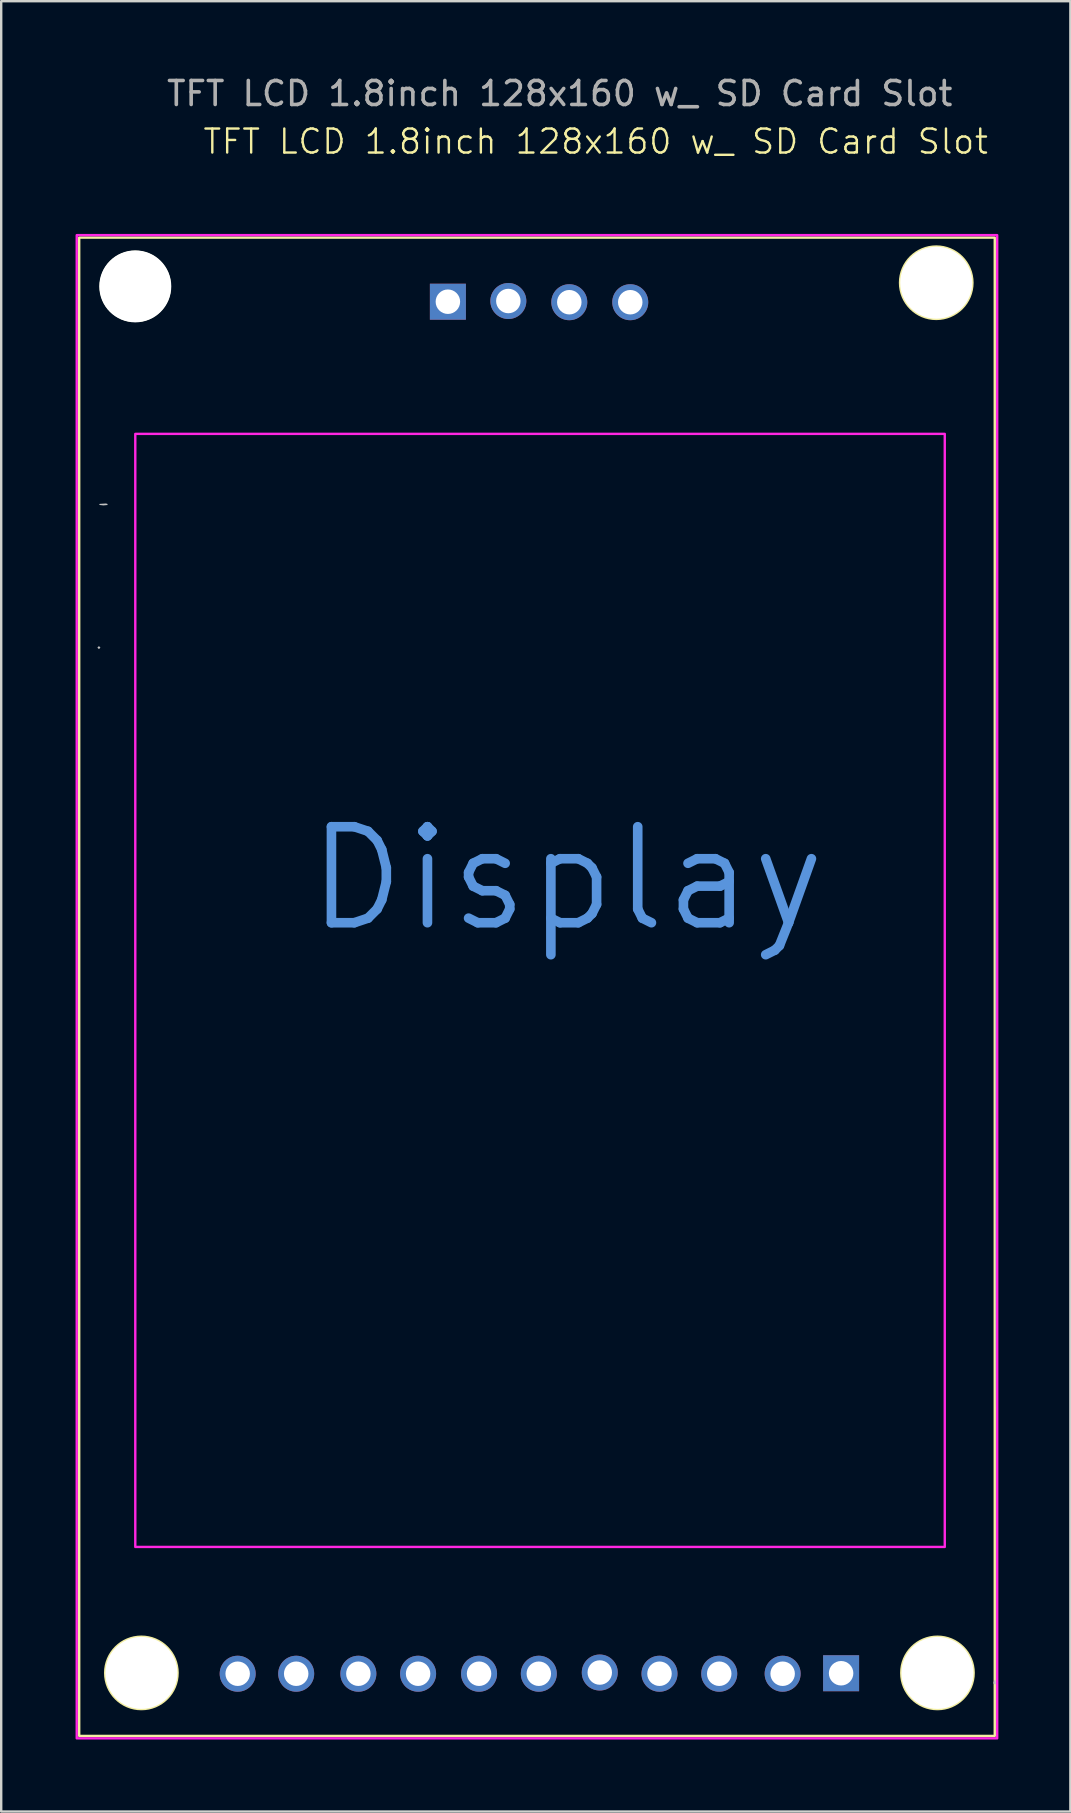
<source format=kicad_pcb>
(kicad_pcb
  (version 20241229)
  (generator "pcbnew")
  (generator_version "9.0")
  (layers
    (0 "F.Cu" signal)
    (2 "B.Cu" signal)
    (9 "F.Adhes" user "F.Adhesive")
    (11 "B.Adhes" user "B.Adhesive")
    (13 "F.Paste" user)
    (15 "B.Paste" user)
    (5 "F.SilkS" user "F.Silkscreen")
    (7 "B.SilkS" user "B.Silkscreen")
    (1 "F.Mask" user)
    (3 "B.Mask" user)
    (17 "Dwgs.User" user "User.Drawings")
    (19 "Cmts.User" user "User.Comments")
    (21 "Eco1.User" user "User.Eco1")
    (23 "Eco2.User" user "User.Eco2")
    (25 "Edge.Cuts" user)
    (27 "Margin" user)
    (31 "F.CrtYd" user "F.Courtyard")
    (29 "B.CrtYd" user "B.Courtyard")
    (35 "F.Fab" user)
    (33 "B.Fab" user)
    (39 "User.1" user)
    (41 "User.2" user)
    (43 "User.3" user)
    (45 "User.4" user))
  (footprint "TFT LCD 1.8inch 128x160 w_ SD Card Slot"
    (layer "F.Cu")
    (at 0.25 6.851)
    (property "Reference" "TFT LCD 1.8inch 128x160 w_ SD Card Slot" (at 21.523 -4.003 0) (unlocked yes) (layer "F.SilkS") (effects (font (size 1 1) (thickness 0.1))))
    (attr smd)
    (fp_rect (start 0 0) (end 38.151 62.433) (stroke (width 0.1) (type default)) (fill no) (layer "F.SilkS"))
    (fp_circle (center 2.337 2.032) (end 3.556 1.27) (stroke (width 0.1) (type default)) (fill no) (layer "F.SilkS"))
    (fp_circle (center 2.591 59.808) (end 3.861 58.995) (stroke (width 0.1) (type default)) (fill no) (layer "F.SilkS"))
    (fp_circle (center 35.712 1.88) (end 36.982 1.067) (stroke (width 0.1) (type default)) (fill no) (layer "F.SilkS"))
    (fp_circle (center 35.763 59.808) (end 37.033 58.995) (stroke (width 0.1) (type default)) (fill no) (layer "F.SilkS"))
    (fp_poly (pts (xy 0.885 17.085) (xy 0.822 17.148) (xy 0.758 17.085) (xy 0.822 17.021)) (stroke (width 0) (type solid)) (fill yes) (layer "Dwgs.User"))
    (fp_poly (pts (xy 1.171 11.095) (xy 1.187 11.142) (xy 1.012 11.159) (xy 0.832 11.139) (xy 0.854 11.095) (xy 1.114 11.079)) (stroke (width 0) (type solid)) (fill yes) (layer "Dwgs.User"))
    (fp_poly (pts (xy 38.181 60.117) (xy 38.196 60.267) (xy 38.181 60.286) (xy 38.106 60.269) (xy 38.096 60.201) (xy 38.143 60.097)) (stroke (width 0) (type solid)) (fill yes) (layer "Dwgs.User"))
    (fp_poly (pts (xy 38.18 13.915) (xy 38.182 14.263) (xy 38.185 14.848) (xy 38.188 15.676) (xy 38.191 16.752) (xy 38.192 17.107) (xy 38.196 19.374) (xy 38.2 21.848) (xy 38.203 24.484) (xy 38.204 27.233) (xy 38.205 30.05) (xy 38.205 32.888) (xy 38.204 35.7) (xy 38.202 38.44) (xy 38.199 41.061) (xy 38.196 43.516) (xy 38.192 45.428) (xy 38.189 46.582) (xy 38.186 47.488) (xy 38.183 48.15) (xy 38.18 48.572) (xy 38.178 48.759) (xy 38.175 48.717) (xy 38.173 48.449) (xy 38.171 47.962) (xy 38.169 47.259) (xy 38.167 46.346) (xy 38.165 45.227) (xy 38.164 43.908) (xy 38.162 42.393) (xy 38.161 40.686) (xy 38.16 38.794) (xy 38.16 36.72) (xy 38.159 34.47) (xy 38.159 32.048) (xy 38.159 31.309) (xy 38.159 28.837) (xy 38.159 26.534) (xy 38.16 24.406) (xy 38.161 22.458) (xy 38.162 20.694) (xy 38.163 19.119) (xy 38.165 17.738) (xy 38.166 16.556) (xy 38.168 15.578) (xy 38.17 14.808) (xy 38.172 14.253) (xy 38.175 13.915) (xy 38.177 13.801)) (stroke (width 0) (type solid)) (fill yes) (layer "Dwgs.User"))
    (fp_rect (start -0.102 -0.102) (end 38.252 62.535) (stroke (width 0.1) (type solid)) (fill no) (layer "F.CrtYd"))
    (fp_rect (start 2.337 8.179) (end 36.068 54.559) (stroke (width 0.1) (type solid)) (fill no) (layer "F.CrtYd"))
    (fp_text user "Display" (at 9.296 29.058 0) (unlocked yes) (layer "Cmts.User") (effects (font (size 4 4) (thickness 0.4)) (justify left bottom)))
    (fp_text user "${REFERENCE}" (at 20.023 -6.003 0) (unlocked yes) (layer "F.Fab") (effects (font (size 1 1) (thickness 0.15))))
    (pad "" np_thru_hole circle (at 2.337 2.032) (size 3 3) (drill 3) (layers "*.Cu" "*.Mask"))
    (pad "" np_thru_hole circle (at 2.591 59.808) (size 3 3) (drill 3) (layers "*.Cu" "*.Mask"))
    (pad "" np_thru_hole circle (at 35.712 1.88) (size 3 3) (drill 3) (layers "*.Cu" "*.Mask"))
    (pad "" np_thru_hole circle (at 35.763 59.808) (size 3 3) (drill 3) (layers "*.Cu" "*.Mask"))
    (pad "1" thru_hole rect (at 31.748 59.822) (size 1.5 1.5) (drill 1.02) (layers "*.Cu" "F.Mask" "F.Paste"))
    (pad "2" thru_hole circle (at 29.312 59.842) (size 1.5 1.5) (drill 1.02) (layers "*.Cu" "F.Mask" "F.Paste"))
    (pad "3" thru_hole circle (at 26.67 59.842) (size 1.5 1.5) (drill 1.02) (layers "*.Cu" "F.Mask" "F.Paste"))
    (pad "4" thru_hole circle (at 16.662 59.842) (size 1.5 1.5) (drill 1.02) (layers "*.Cu" "F.Mask" "F.Paste"))
    (pad "5" thru_hole circle (at 14.122 59.842) (size 1.5 1.5) (drill 1.02) (layers "*.Cu" "F.Mask" "F.Paste"))
    (pad "6" thru_hole circle (at 11.633 59.842) (size 1.5 1.5) (drill 1.02) (layers "*.Cu" "F.Mask" "F.Paste"))
    (pad "7" thru_hole circle (at 9.042 59.842) (size 1.5 1.5) (drill 1.02) (layers "*.Cu" "F.Mask" "F.Paste"))
    (pad "8" thru_hole circle (at 6.604 59.842) (size 1.5 1.5) (drill 1.02) (layers "*.Cu" "F.Mask" "F.Paste"))
    (pad "9" thru_hole rect (at 15.363 2.671) (size 1.5 1.5) (drill 1.02) (layers "*.Cu" "F.Mask" "F.Paste"))
    (pad "10" thru_hole circle (at 17.882 2.642) (size 1.5 1.5) (drill 1.02) (layers "*.Cu" "F.Mask" "F.Paste"))
    (pad "11" thru_hole circle (at 20.422 2.692) (size 1.5 1.5) (drill 1.02) (layers "*.Cu" "F.Mask" "F.Paste"))
    (pad "12" thru_hole circle (at 22.962 2.692) (size 1.5 1.5) (drill 1.02) (layers "*.Cu" "F.Mask" "F.Paste"))
    (pad "NC" thru_hole circle (at 19.152 59.842) (size 1.5 1.5) (drill 1.02) (layers "*.Cu" "F.Mask" "F.Paste"))
    (pad "NC" thru_hole circle (at 21.692 59.792) (size 1.5 1.5) (drill 1.02) (layers "*.Cu" "F.Mask" "F.Paste"))
    (pad "NC" thru_hole circle (at 24.181 59.842) (size 1.5 1.5) (drill 1.02) (layers "*.Cu" "F.Mask" "F.Paste")))
  (gr_rect
    (start -3 -3)
    (end 41.552 72.436)
    (stroke (width 0.1) (type default))
    (fill no)
    (layer "Edge.Cuts")))
</source>
